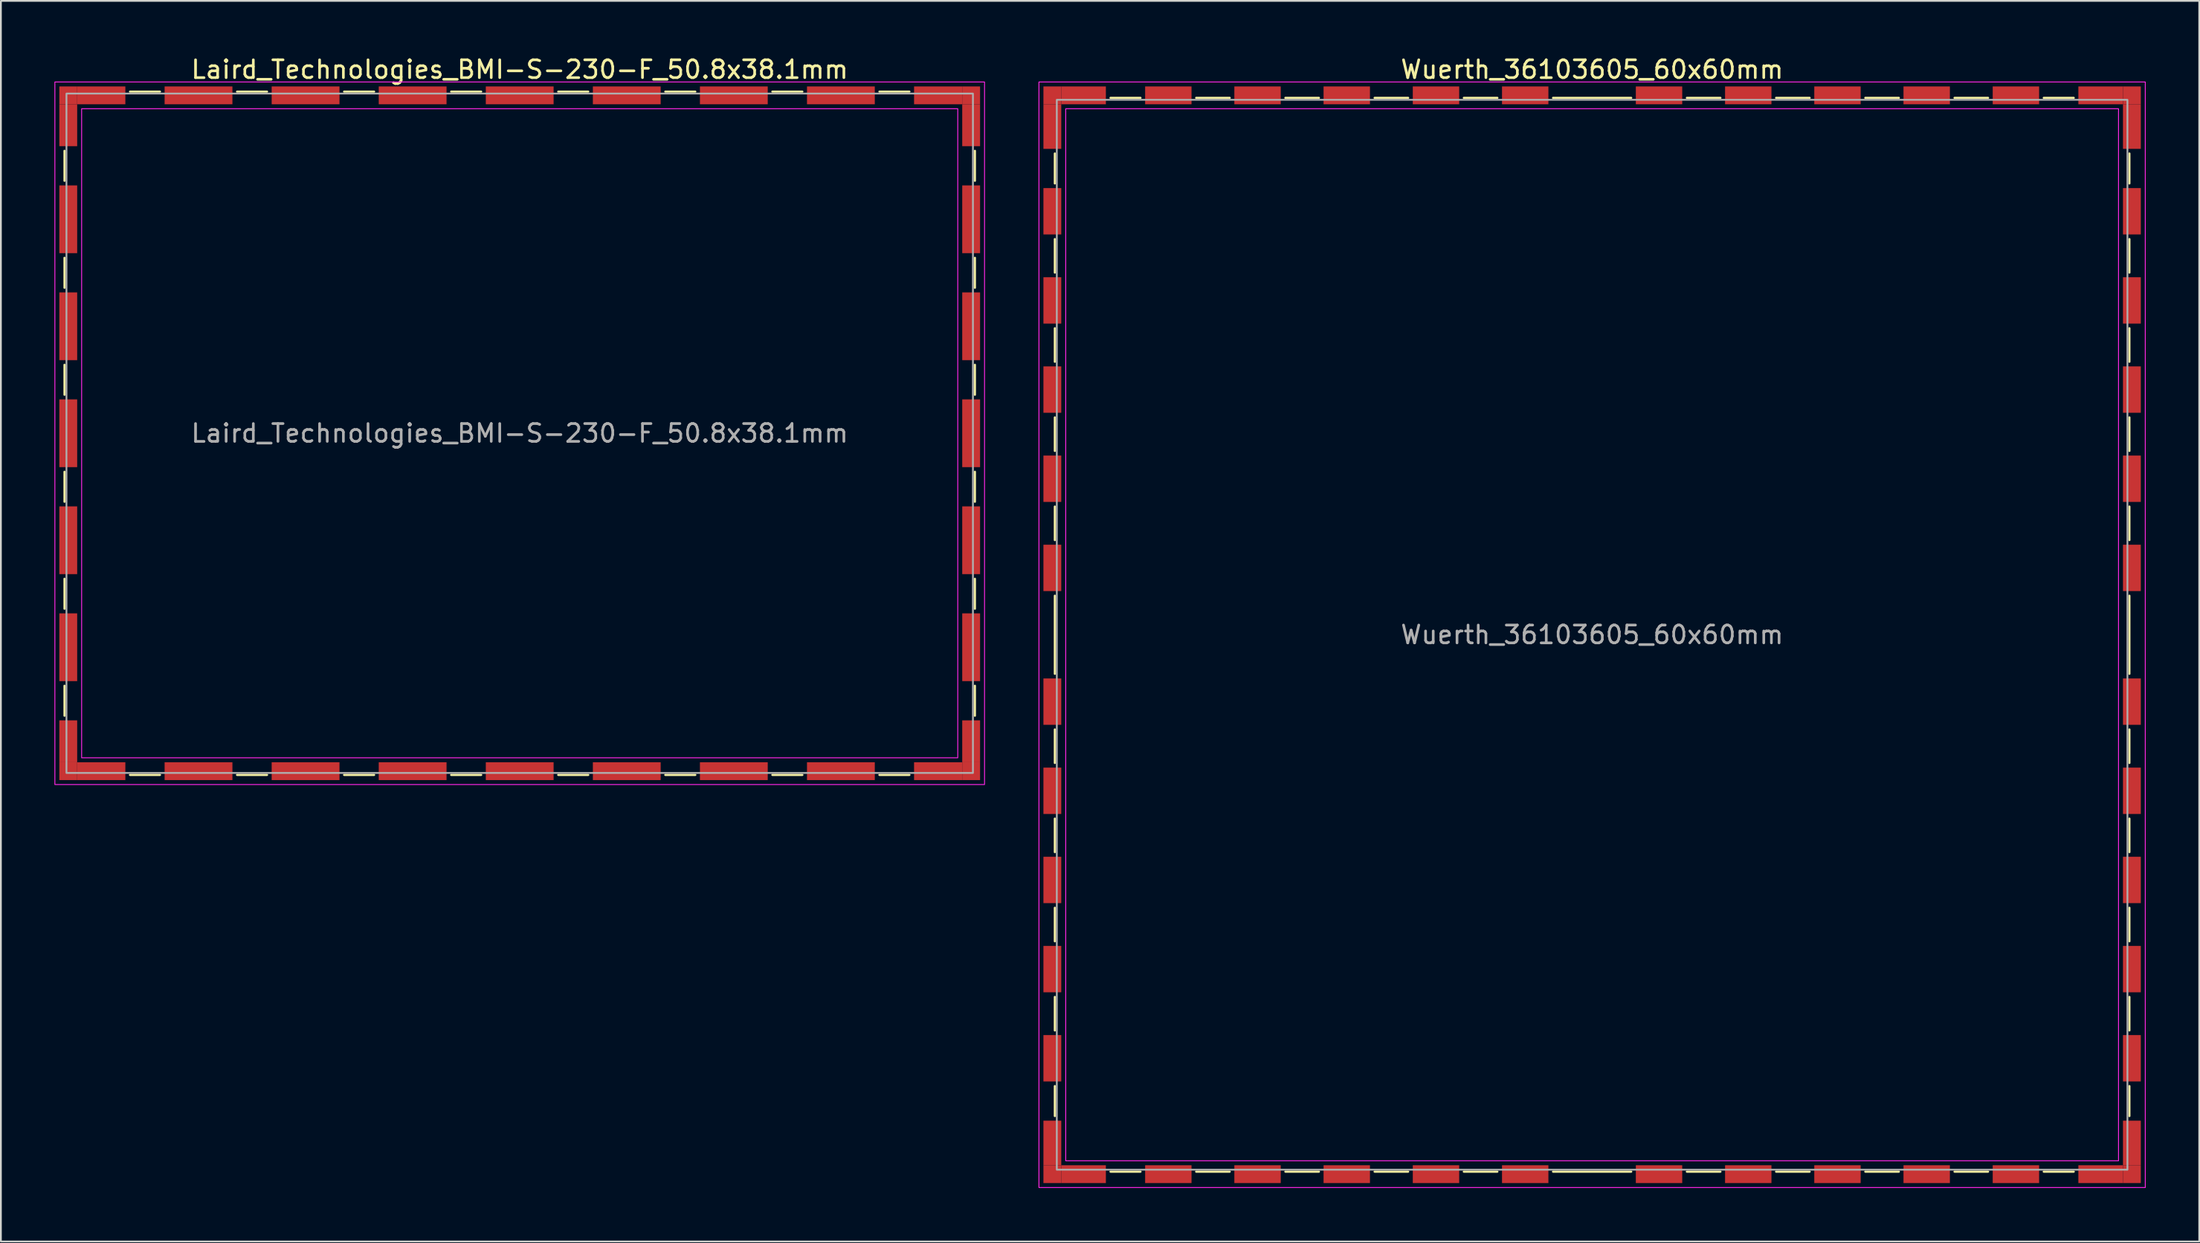
<source format=kicad_pcb>
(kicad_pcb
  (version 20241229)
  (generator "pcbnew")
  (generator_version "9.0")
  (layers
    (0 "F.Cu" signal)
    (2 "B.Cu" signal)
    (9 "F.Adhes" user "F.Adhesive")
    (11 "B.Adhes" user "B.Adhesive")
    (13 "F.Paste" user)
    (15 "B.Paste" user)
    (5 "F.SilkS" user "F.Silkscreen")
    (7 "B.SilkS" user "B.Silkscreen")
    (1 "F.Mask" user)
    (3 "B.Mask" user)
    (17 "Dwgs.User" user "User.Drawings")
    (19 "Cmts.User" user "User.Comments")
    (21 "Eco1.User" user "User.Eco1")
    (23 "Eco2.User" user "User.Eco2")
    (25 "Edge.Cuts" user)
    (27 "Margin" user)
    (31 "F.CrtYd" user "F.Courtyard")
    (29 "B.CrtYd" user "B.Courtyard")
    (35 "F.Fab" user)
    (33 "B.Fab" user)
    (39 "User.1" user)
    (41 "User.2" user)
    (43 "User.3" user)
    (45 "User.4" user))
  (footprint "Laird_Technologies_BMI-S-230-F_50.8x38.1mm"
    (layer "F.Cu")
    (at 26.075 21.248)
    (property "Reference" "Laird_Technologies_BMI-S-230-F_50.8x38.1mm" (at 0 -20.4 0) (layer "F.SilkS") (effects (font (size 1 1) (thickness 0.15))))
    (attr smd)
    (fp_line (start -25.51 -15.84) (end -25.51 -14.16) (stroke (width 0.12) (type solid)) (layer "F.SilkS"))
    (fp_line (start -25.51 -9.84) (end -25.51 -8.16) (stroke (width 0.12) (type solid)) (layer "F.SilkS"))
    (fp_line (start -25.51 -3.84) (end -25.51 -2.16) (stroke (width 0.12) (type solid)) (layer "F.SilkS"))
    (fp_line (start -25.51 2.16) (end -25.51 3.84) (stroke (width 0.12) (type solid)) (layer "F.SilkS"))
    (fp_line (start -25.51 8.16) (end -25.51 9.84) (stroke (width 0.12) (type solid)) (layer "F.SilkS"))
    (fp_line (start -25.51 14.16) (end -25.51 15.84) (stroke (width 0.12) (type solid)) (layer "F.SilkS"))
    (fp_line (start -21.84 -19.16) (end -20.16 -19.16) (stroke (width 0.12) (type solid)) (layer "F.SilkS"))
    (fp_line (start -21.84 19.16) (end -20.16 19.16) (stroke (width 0.12) (type solid)) (layer "F.SilkS"))
    (fp_line (start -15.84 -19.16) (end -14.16 -19.16) (stroke (width 0.12) (type solid)) (layer "F.SilkS"))
    (fp_line (start -15.84 19.16) (end -14.16 19.16) (stroke (width 0.12) (type solid)) (layer "F.SilkS"))
    (fp_line (start -9.84 -19.16) (end -8.16 -19.16) (stroke (width 0.12) (type solid)) (layer "F.SilkS"))
    (fp_line (start -9.84 19.16) (end -8.16 19.16) (stroke (width 0.12) (type solid)) (layer "F.SilkS"))
    (fp_line (start -3.84 -19.16) (end -2.16 -19.16) (stroke (width 0.12) (type solid)) (layer "F.SilkS"))
    (fp_line (start -3.84 19.16) (end -2.16 19.16) (stroke (width 0.12) (type solid)) (layer "F.SilkS"))
    (fp_line (start 2.16 -19.16) (end 3.84 -19.16) (stroke (width 0.12) (type solid)) (layer "F.SilkS"))
    (fp_line (start 2.16 19.16) (end 3.84 19.16) (stroke (width 0.12) (type solid)) (layer "F.SilkS"))
    (fp_line (start 8.16 -19.16) (end 9.84 -19.16) (stroke (width 0.12) (type solid)) (layer "F.SilkS"))
    (fp_line (start 8.16 19.16) (end 9.84 19.16) (stroke (width 0.12) (type solid)) (layer "F.SilkS"))
    (fp_line (start 14.16 -19.16) (end 15.84 -19.16) (stroke (width 0.12) (type solid)) (layer "F.SilkS"))
    (fp_line (start 14.16 19.16) (end 15.84 19.16) (stroke (width 0.12) (type solid)) (layer "F.SilkS"))
    (fp_line (start 20.16 -19.16) (end 21.84 -19.16) (stroke (width 0.12) (type solid)) (layer "F.SilkS"))
    (fp_line (start 20.16 19.16) (end 21.84 19.16) (stroke (width 0.12) (type solid)) (layer "F.SilkS"))
    (fp_line (start 25.51 -15.84) (end 25.51 -14.16) (stroke (width 0.12) (type solid)) (layer "F.SilkS"))
    (fp_line (start 25.51 -9.84) (end 25.51 -8.16) (stroke (width 0.12) (type solid)) (layer "F.SilkS"))
    (fp_line (start 25.51 -3.84) (end 25.51 -2.16) (stroke (width 0.12) (type solid)) (layer "F.SilkS"))
    (fp_line (start 25.51 2.16) (end 25.51 3.84) (stroke (width 0.12) (type solid)) (layer "F.SilkS"))
    (fp_line (start 25.51 8.16) (end 25.51 9.84) (stroke (width 0.12) (type solid)) (layer "F.SilkS"))
    (fp_line (start 25.51 14.16) (end 25.51 15.84) (stroke (width 0.12) (type solid)) (layer "F.SilkS"))
    (fp_rect (start -26.05 -19.7) (end 26.05 19.7) (stroke (width 0.05) (type solid)) (fill no) (layer "F.CrtYd"))
    (fp_rect (start -24.55 -18.2) (end 24.55 18.2) (stroke (width 0.05) (type solid)) (fill no) (layer "F.CrtYd"))
    (fp_rect (start -25.4 -19.05) (end 25.4 19.05) (stroke (width 0.1) (type solid)) (fill no) (layer "F.Fab"))
    (fp_text user "${REFERENCE}" (at 0 0 0) (layer "F.Fab") (effects (font (size 1 1) (thickness 0.15))))
    (pad "1" smd rect (at -25.3 -18.95) (size 1 1) (layers "F.Cu" "F.Mask" "F.Paste"))
    (pad "1" smd rect (at -25.3 -17.275) (size 1 2.35) (layers "F.Cu" "F.Mask" "F.Paste"))
    (pad "1" smd rect (at -25.3 -12) (size 1 3.8) (layers "F.Cu" "F.Mask" "F.Paste"))
    (pad "1" smd rect (at -25.3 -6) (size 1 3.8) (layers "F.Cu" "F.Mask" "F.Paste"))
    (pad "1" smd rect (at -25.3 0) (size 1 3.8) (layers "F.Cu" "F.Mask" "F.Paste"))
    (pad "1" smd rect (at -25.3 6) (size 1 3.8) (layers "F.Cu" "F.Mask" "F.Paste"))
    (pad "1" smd rect (at -25.3 12) (size 1 3.8) (layers "F.Cu" "F.Mask" "F.Paste"))
    (pad "1" smd rect (at -25.3 17.275) (size 1 2.35) (layers "F.Cu" "F.Mask" "F.Paste"))
    (pad "1" smd rect (at -25.3 18.95) (size 1 1) (layers "F.Cu" "F.Mask" "F.Paste"))
    (pad "1" smd rect (at -23.45 -18.95) (size 2.7 1) (layers "F.Cu" "F.Mask" "F.Paste"))
    (pad "1" smd rect (at -23.45 18.95) (size 2.7 1) (layers "F.Cu" "F.Mask" "F.Paste"))
    (pad "1" smd rect (at -18 -18.95) (size 3.8 1) (layers "F.Cu" "F.Mask" "F.Paste"))
    (pad "1" smd rect (at -18 18.95) (size 3.8 1) (layers "F.Cu" "F.Mask" "F.Paste"))
    (pad "1" smd rect (at -12 -18.95) (size 3.8 1) (layers "F.Cu" "F.Mask" "F.Paste"))
    (pad "1" smd rect (at -12 18.95) (size 3.8 1) (layers "F.Cu" "F.Mask" "F.Paste"))
    (pad "1" smd rect (at -6 -18.95) (size 3.8 1) (layers "F.Cu" "F.Mask" "F.Paste"))
    (pad "1" smd rect (at -6 18.95) (size 3.8 1) (layers "F.Cu" "F.Mask" "F.Paste"))
    (pad "1" smd rect (at 0 -18.95) (size 3.8 1) (layers "F.Cu" "F.Mask" "F.Paste"))
    (pad "1" smd rect (at 0 18.95) (size 3.8 1) (layers "F.Cu" "F.Mask" "F.Paste"))
    (pad "1" smd rect (at 6 -18.95) (size 3.8 1) (layers "F.Cu" "F.Mask" "F.Paste"))
    (pad "1" smd rect (at 6 18.95) (size 3.8 1) (layers "F.Cu" "F.Mask" "F.Paste"))
    (pad "1" smd rect (at 12 -18.95) (size 3.8 1) (layers "F.Cu" "F.Mask" "F.Paste"))
    (pad "1" smd rect (at 12 18.95) (size 3.8 1) (layers "F.Cu" "F.Mask" "F.Paste"))
    (pad "1" smd rect (at 18 -18.95) (size 3.8 1) (layers "F.Cu" "F.Mask" "F.Paste"))
    (pad "1" smd rect (at 18 18.95) (size 3.8 1) (layers "F.Cu" "F.Mask" "F.Paste"))
    (pad "1" smd rect (at 23.45 -18.95) (size 2.7 1) (layers "F.Cu" "F.Mask" "F.Paste"))
    (pad "1" smd rect (at 23.45 18.95) (size 2.7 1) (layers "F.Cu" "F.Mask" "F.Paste"))
    (pad "1" smd rect (at 25.3 -18.95) (size 1 1) (layers "F.Cu" "F.Mask" "F.Paste"))
    (pad "1" smd rect (at 25.3 -17.275) (size 1 2.35) (layers "F.Cu" "F.Mask" "F.Paste"))
    (pad "1" smd rect (at 25.3 -12) (size 1 3.8) (layers "F.Cu" "F.Mask" "F.Paste"))
    (pad "1" smd rect (at 25.3 -6) (size 1 3.8) (layers "F.Cu" "F.Mask" "F.Paste"))
    (pad "1" smd rect (at 25.3 0) (size 1 3.8) (layers "F.Cu" "F.Mask" "F.Paste"))
    (pad "1" smd rect (at 25.3 6) (size 1 3.8) (layers "F.Cu" "F.Mask" "F.Paste"))
    (pad "1" smd rect (at 25.3 12) (size 1 3.8) (layers "F.Cu" "F.Mask" "F.Paste"))
    (pad "1" smd rect (at 25.3 17.275) (size 1 2.35) (layers "F.Cu" "F.Mask" "F.Paste"))
    (pad "1" smd rect (at 25.3 18.95) (size 1 1) (layers "F.Cu" "F.Mask" "F.Paste")))
  (footprint "Wuerth_36103605_60x60mm"
    (layer "F.Cu")
    (at 86.175 32.548)
    (property "Reference" "Wuerth_36103605_60x60mm" (at 0 -31.7 0) (layer "F.SilkS") (effects (font (size 1 1) (thickness 0.15))))
    (attr smd)
    (fp_line (start -30.11 -26.99) (end -30.11 -25.31) (stroke (width 0.12) (type solid)) (layer "F.SilkS"))
    (fp_line (start -30.11 -22.19) (end -30.11 -20.31) (stroke (width 0.12) (type solid)) (layer "F.SilkS"))
    (fp_line (start -30.11 -17.19) (end -30.11 -15.31) (stroke (width 0.12) (type solid)) (layer "F.SilkS"))
    (fp_line (start -30.11 -12.19) (end -30.11 -10.31) (stroke (width 0.12) (type solid)) (layer "F.SilkS"))
    (fp_line (start -30.11 -7.19) (end -30.11 -5.31) (stroke (width 0.12) (type solid)) (layer "F.SilkS"))
    (fp_line (start -30.11 -2.19) (end -30.11 2.19) (stroke (width 0.12) (type solid)) (layer "F.SilkS"))
    (fp_line (start -30.11 5.31) (end -30.11 7.19) (stroke (width 0.12) (type solid)) (layer "F.SilkS"))
    (fp_line (start -30.11 10.31) (end -30.11 12.19) (stroke (width 0.12) (type solid)) (layer "F.SilkS"))
    (fp_line (start -30.11 15.31) (end -30.11 17.19) (stroke (width 0.12) (type solid)) (layer "F.SilkS"))
    (fp_line (start -30.11 20.31) (end -30.11 22.19) (stroke (width 0.12) (type solid)) (layer "F.SilkS"))
    (fp_line (start -30.11 25.31) (end -30.11 26.99) (stroke (width 0.12) (type solid)) (layer "F.SilkS"))
    (fp_line (start -26.99 -30.11) (end -25.31 -30.11) (stroke (width 0.12) (type solid)) (layer "F.SilkS"))
    (fp_line (start -26.99 30.11) (end -25.31 30.11) (stroke (width 0.12) (type solid)) (layer "F.SilkS"))
    (fp_line (start -22.19 -30.11) (end -20.31 -30.11) (stroke (width 0.12) (type solid)) (layer "F.SilkS"))
    (fp_line (start -22.19 30.11) (end -20.31 30.11) (stroke (width 0.12) (type solid)) (layer "F.SilkS"))
    (fp_line (start -17.19 -30.11) (end -15.31 -30.11) (stroke (width 0.12) (type solid)) (layer "F.SilkS"))
    (fp_line (start -17.19 30.11) (end -15.31 30.11) (stroke (width 0.12) (type solid)) (layer "F.SilkS"))
    (fp_line (start -12.19 -30.11) (end -10.31 -30.11) (stroke (width 0.12) (type solid)) (layer "F.SilkS"))
    (fp_line (start -12.19 30.11) (end -10.31 30.11) (stroke (width 0.12) (type solid)) (layer "F.SilkS"))
    (fp_line (start -7.19 -30.11) (end -5.31 -30.11) (stroke (width 0.12) (type solid)) (layer "F.SilkS"))
    (fp_line (start -7.19 30.11) (end -5.31 30.11) (stroke (width 0.12) (type solid)) (layer "F.SilkS"))
    (fp_line (start -2.19 -30.11) (end 2.19 -30.11) (stroke (width 0.12) (type solid)) (layer "F.SilkS"))
    (fp_line (start -2.19 30.11) (end 2.19 30.11) (stroke (width 0.12) (type solid)) (layer "F.SilkS"))
    (fp_line (start 5.31 -30.11) (end 7.19 -30.11) (stroke (width 0.12) (type solid)) (layer "F.SilkS"))
    (fp_line (start 5.31 30.11) (end 7.19 30.11) (stroke (width 0.12) (type solid)) (layer "F.SilkS"))
    (fp_line (start 10.31 -30.11) (end 12.19 -30.11) (stroke (width 0.12) (type solid)) (layer "F.SilkS"))
    (fp_line (start 10.31 30.11) (end 12.19 30.11) (stroke (width 0.12) (type solid)) (layer "F.SilkS"))
    (fp_line (start 15.31 -30.11) (end 17.19 -30.11) (stroke (width 0.12) (type solid)) (layer "F.SilkS"))
    (fp_line (start 15.31 30.11) (end 17.19 30.11) (stroke (width 0.12) (type solid)) (layer "F.SilkS"))
    (fp_line (start 20.31 -30.11) (end 22.19 -30.11) (stroke (width 0.12) (type solid)) (layer "F.SilkS"))
    (fp_line (start 20.31 30.11) (end 22.19 30.11) (stroke (width 0.12) (type solid)) (layer "F.SilkS"))
    (fp_line (start 25.31 -30.11) (end 26.99 -30.11) (stroke (width 0.12) (type solid)) (layer "F.SilkS"))
    (fp_line (start 25.31 30.11) (end 26.99 30.11) (stroke (width 0.12) (type solid)) (layer "F.SilkS"))
    (fp_line (start 30.11 -26.99) (end 30.11 -25.31) (stroke (width 0.12) (type solid)) (layer "F.SilkS"))
    (fp_line (start 30.11 -22.19) (end 30.11 -20.31) (stroke (width 0.12) (type solid)) (layer "F.SilkS"))
    (fp_line (start 30.11 -17.19) (end 30.11 -15.31) (stroke (width 0.12) (type solid)) (layer "F.SilkS"))
    (fp_line (start 30.11 -12.19) (end 30.11 -10.31) (stroke (width 0.12) (type solid)) (layer "F.SilkS"))
    (fp_line (start 30.11 -7.19) (end 30.11 -5.31) (stroke (width 0.12) (type solid)) (layer "F.SilkS"))
    (fp_line (start 30.11 -2.19) (end 30.11 2.19) (stroke (width 0.12) (type solid)) (layer "F.SilkS"))
    (fp_line (start 30.11 5.31) (end 30.11 7.19) (stroke (width 0.12) (type solid)) (layer "F.SilkS"))
    (fp_line (start 30.11 10.31) (end 30.11 12.19) (stroke (width 0.12) (type solid)) (layer "F.SilkS"))
    (fp_line (start 30.11 15.31) (end 30.11 17.19) (stroke (width 0.12) (type solid)) (layer "F.SilkS"))
    (fp_line (start 30.11 20.31) (end 30.11 22.19) (stroke (width 0.12) (type solid)) (layer "F.SilkS"))
    (fp_line (start 30.11 25.31) (end 30.11 26.99) (stroke (width 0.12) (type solid)) (layer "F.SilkS"))
    (fp_rect (start -31 -31) (end 31 31) (stroke (width 0.05) (type solid)) (fill no) (layer "F.CrtYd"))
    (fp_rect (start -29.5 -29.5) (end 29.5 29.5) (stroke (width 0.05) (type solid)) (fill no) (layer "F.CrtYd"))
    (fp_rect (start -30 -30) (end 30 30) (stroke (width 0.1) (type solid)) (fill no) (layer "F.Fab"))
    (fp_text user "${REFERENCE}" (at 0 0 0) (layer "F.Fab") (effects (font (size 1 1) (thickness 0.15))))
    (pad "1" smd rect (at -30.25 -30.25) (size 1 1) (layers "F.Cu" "F.Mask" "F.Paste"))
    (pad "1" smd rect (at -30.25 -28.5) (size 1 2.5) (layers "F.Cu" "F.Mask" "F.Paste"))
    (pad "1" smd rect (at -30.25 -23.75) (size 1 2.6) (layers "F.Cu" "F.Mask" "F.Paste"))
    (pad "1" smd rect (at -30.25 -18.75) (size 1 2.6) (layers "F.Cu" "F.Mask" "F.Paste"))
    (pad "1" smd rect (at -30.25 -13.75) (size 1 2.6) (layers "F.Cu" "F.Mask" "F.Paste"))
    (pad "1" smd rect (at -30.25 -8.75) (size 1 2.6) (layers "F.Cu" "F.Mask" "F.Paste"))
    (pad "1" smd rect (at -30.25 -3.75) (size 1 2.6) (layers "F.Cu" "F.Mask" "F.Paste"))
    (pad "1" smd rect (at -30.25 3.75) (size 1 2.6) (layers "F.Cu" "F.Mask" "F.Paste"))
    (pad "1" smd rect (at -30.25 8.75) (size 1 2.6) (layers "F.Cu" "F.Mask" "F.Paste"))
    (pad "1" smd rect (at -30.25 13.75) (size 1 2.6) (layers "F.Cu" "F.Mask" "F.Paste"))
    (pad "1" smd rect (at -30.25 18.75) (size 1 2.6) (layers "F.Cu" "F.Mask" "F.Paste"))
    (pad "1" smd rect (at -30.25 23.75) (size 1 2.6) (layers "F.Cu" "F.Mask" "F.Paste"))
    (pad "1" smd rect (at -30.25 28.5) (size 1 2.5) (layers "F.Cu" "F.Mask" "F.Paste"))
    (pad "1" smd rect (at -30.25 30.25) (size 1 1) (layers "F.Cu" "F.Mask" "F.Paste"))
    (pad "1" smd rect (at -28.5 -30.25) (size 2.5 1) (layers "F.Cu" "F.Mask" "F.Paste"))
    (pad "1" smd rect (at -28.5 30.25) (size 2.5 1) (layers "F.Cu" "F.Mask" "F.Paste"))
    (pad "1" smd rect (at -23.75 -30.25) (size 2.6 1) (layers "F.Cu" "F.Mask" "F.Paste"))
    (pad "1" smd rect (at -23.75 30.25) (size 2.6 1) (layers "F.Cu" "F.Mask" "F.Paste"))
    (pad "1" smd rect (at -18.75 -30.25) (size 2.6 1) (layers "F.Cu" "F.Mask" "F.Paste"))
    (pad "1" smd rect (at -18.75 30.25) (size 2.6 1) (layers "F.Cu" "F.Mask" "F.Paste"))
    (pad "1" smd rect (at -13.75 -30.25) (size 2.6 1) (layers "F.Cu" "F.Mask" "F.Paste"))
    (pad "1" smd rect (at -13.75 30.25) (size 2.6 1) (layers "F.Cu" "F.Mask" "F.Paste"))
    (pad "1" smd rect (at -8.75 -30.25) (size 2.6 1) (layers "F.Cu" "F.Mask" "F.Paste"))
    (pad "1" smd rect (at -8.75 30.25) (size 2.6 1) (layers "F.Cu" "F.Mask" "F.Paste"))
    (pad "1" smd rect (at -3.75 -30.25) (size 2.6 1) (layers "F.Cu" "F.Mask" "F.Paste"))
    (pad "1" smd rect (at -3.75 30.25) (size 2.6 1) (layers "F.Cu" "F.Mask" "F.Paste"))
    (pad "1" smd rect (at 3.75 -30.25) (size 2.6 1) (layers "F.Cu" "F.Mask" "F.Paste"))
    (pad "1" smd rect (at 3.75 30.25) (size 2.6 1) (layers "F.Cu" "F.Mask" "F.Paste"))
    (pad "1" smd rect (at 8.75 -30.25) (size 2.6 1) (layers "F.Cu" "F.Mask" "F.Paste"))
    (pad "1" smd rect (at 8.75 30.25) (size 2.6 1) (layers "F.Cu" "F.Mask" "F.Paste"))
    (pad "1" smd rect (at 13.75 -30.25) (size 2.6 1) (layers "F.Cu" "F.Mask" "F.Paste"))
    (pad "1" smd rect (at 13.75 30.25) (size 2.6 1) (layers "F.Cu" "F.Mask" "F.Paste"))
    (pad "1" smd rect (at 18.75 -30.25) (size 2.6 1) (layers "F.Cu" "F.Mask" "F.Paste"))
    (pad "1" smd rect (at 18.75 30.25) (size 2.6 1) (layers "F.Cu" "F.Mask" "F.Paste"))
    (pad "1" smd rect (at 23.75 -30.25) (size 2.6 1) (layers "F.Cu" "F.Mask" "F.Paste"))
    (pad "1" smd rect (at 23.75 30.25) (size 2.6 1) (layers "F.Cu" "F.Mask" "F.Paste"))
    (pad "1" smd rect (at 28.5 -30.25) (size 2.5 1) (layers "F.Cu" "F.Mask" "F.Paste"))
    (pad "1" smd rect (at 28.5 30.25) (size 2.5 1) (layers "F.Cu" "F.Mask" "F.Paste"))
    (pad "1" smd rect (at 30.25 -30.25) (size 1 1) (layers "F.Cu" "F.Mask" "F.Paste"))
    (pad "1" smd rect (at 30.25 -28.5) (size 1 2.5) (layers "F.Cu" "F.Mask" "F.Paste"))
    (pad "1" smd rect (at 30.25 -23.75) (size 1 2.6) (layers "F.Cu" "F.Mask" "F.Paste"))
    (pad "1" smd rect (at 30.25 -18.75) (size 1 2.6) (layers "F.Cu" "F.Mask" "F.Paste"))
    (pad "1" smd rect (at 30.25 -13.75) (size 1 2.6) (layers "F.Cu" "F.Mask" "F.Paste"))
    (pad "1" smd rect (at 30.25 -8.75) (size 1 2.6) (layers "F.Cu" "F.Mask" "F.Paste"))
    (pad "1" smd rect (at 30.25 -3.75) (size 1 2.6) (layers "F.Cu" "F.Mask" "F.Paste"))
    (pad "1" smd rect (at 30.25 3.75) (size 1 2.6) (layers "F.Cu" "F.Mask" "F.Paste"))
    (pad "1" smd rect (at 30.25 8.75) (size 1 2.6) (layers "F.Cu" "F.Mask" "F.Paste"))
    (pad "1" smd rect (at 30.25 13.75) (size 1 2.6) (layers "F.Cu" "F.Mask" "F.Paste"))
    (pad "1" smd rect (at 30.25 18.75) (size 1 2.6) (layers "F.Cu" "F.Mask" "F.Paste"))
    (pad "1" smd rect (at 30.25 23.75) (size 1 2.6) (layers "F.Cu" "F.Mask" "F.Paste"))
    (pad "1" smd rect (at 30.25 28.5) (size 1 2.5) (layers "F.Cu" "F.Mask" "F.Paste"))
    (pad "1" smd rect (at 30.25 30.25) (size 1 1) (layers "F.Cu" "F.Mask" "F.Paste")))
  (gr_rect
    (start -3 -3)
    (end 120.2 66.573)
    (stroke (width 0.1) (type default))
    (fill no)
    (layer "Edge.Cuts")))
</source>
